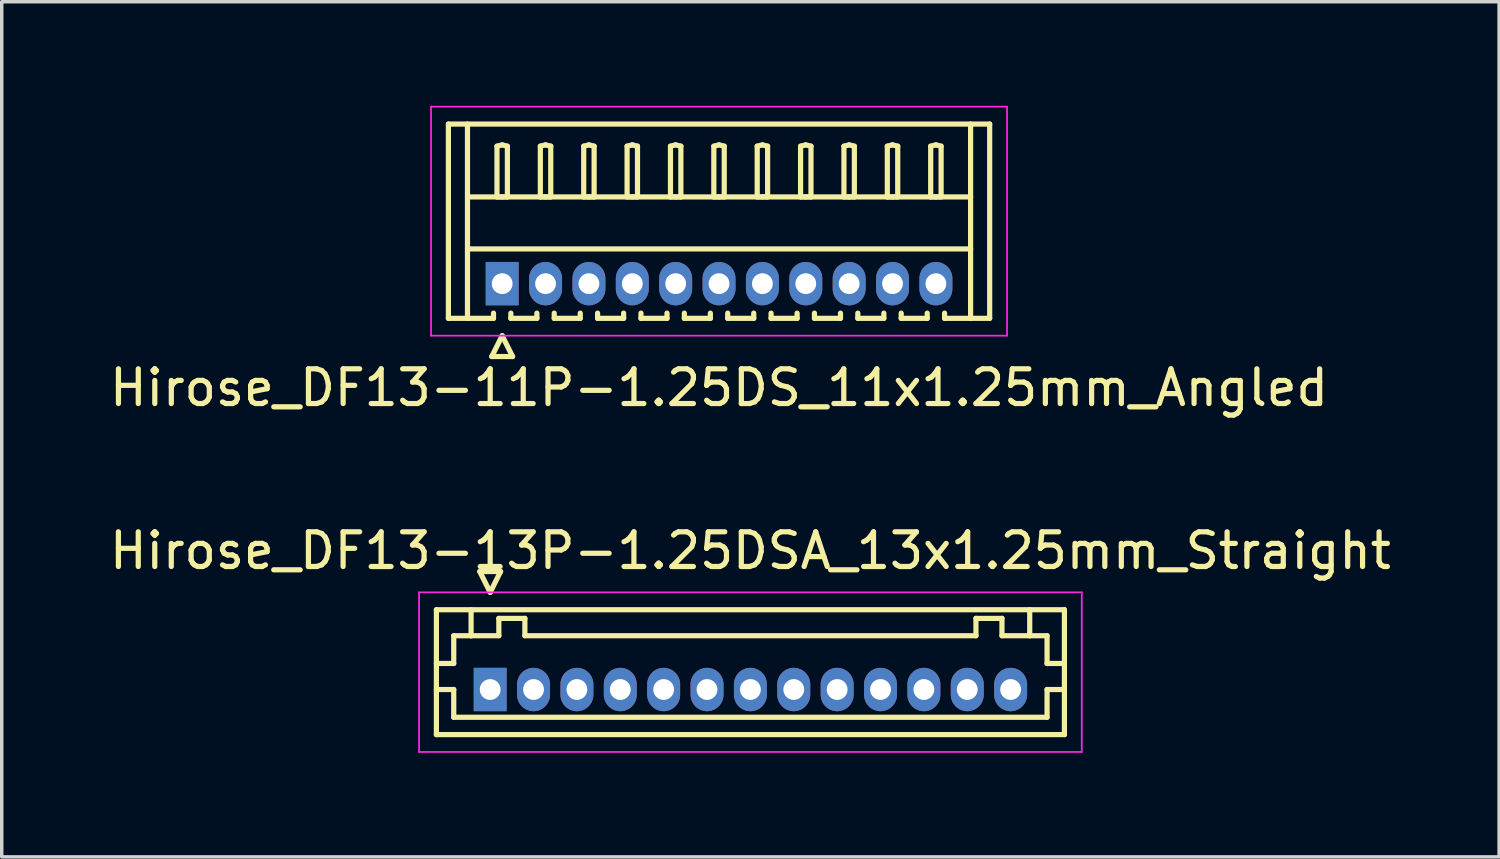
<source format=kicad_pcb>
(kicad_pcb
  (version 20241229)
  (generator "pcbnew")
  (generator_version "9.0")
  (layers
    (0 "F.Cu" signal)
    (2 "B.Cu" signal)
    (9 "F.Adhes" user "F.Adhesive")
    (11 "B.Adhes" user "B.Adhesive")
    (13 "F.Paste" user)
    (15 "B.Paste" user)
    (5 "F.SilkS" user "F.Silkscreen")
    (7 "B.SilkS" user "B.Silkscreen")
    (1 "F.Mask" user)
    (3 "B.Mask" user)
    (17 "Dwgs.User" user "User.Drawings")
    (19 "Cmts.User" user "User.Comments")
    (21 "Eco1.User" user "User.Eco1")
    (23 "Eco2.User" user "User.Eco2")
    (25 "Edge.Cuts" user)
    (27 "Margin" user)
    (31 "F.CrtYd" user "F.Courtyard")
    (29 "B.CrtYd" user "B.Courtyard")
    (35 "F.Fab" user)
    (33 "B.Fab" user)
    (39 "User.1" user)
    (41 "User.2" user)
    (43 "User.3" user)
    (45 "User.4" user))
  (footprint "Hirose_DF13-11P-1.25DS_11x1.25mm_Angled"
    (layer "F.Cu")
    (at 11.423 5.125)
    (property "Reference" "Hirose_DF13-11P-1.25DS_11x1.25mm_Angled" (at 6.25 3 0) (layer "F.SilkS") (effects (font (size 1 1) (thickness 0.15))))
    (attr through_hole)
    (fp_line (start -1.55 -4.6) (end 14.05 -4.6) (stroke (width 0.15) (type solid)) (layer "F.SilkS"))
    (fp_line (start -1.55 1) (end -1.55 -4.6) (stroke (width 0.15) (type solid)) (layer "F.SilkS"))
    (fp_line (start -1 -4.6) (end -1 1) (stroke (width 0.15) (type solid)) (layer "F.SilkS"))
    (fp_line (start -1 -2.5) (end 13.5 -2.5) (stroke (width 0.15) (type solid)) (layer "F.SilkS"))
    (fp_line (start -1 -1) (end 13.5 -1) (stroke (width 0.15) (type solid)) (layer "F.SilkS"))
    (fp_line (start -0.3 2.1) (end 0.3 2.1) (stroke (width 0.15) (type solid)) (layer "F.SilkS"))
    (fp_line (start -0.25 0.85) (end -0.25 1) (stroke (width 0.15) (type solid)) (layer "F.SilkS"))
    (fp_line (start -0.25 1) (end -1.55 1) (stroke (width 0.15) (type solid)) (layer "F.SilkS"))
    (fp_line (start -0.15 -3.962) (end 0 -4) (stroke (width 0.15) (type solid)) (layer "F.SilkS"))
    (fp_line (start -0.15 -2.5) (end -0.15 -3.962) (stroke (width 0.15) (type solid)) (layer "F.SilkS"))
    (fp_line (start 0 -4) (end 0.15 -3.962) (stroke (width 0.15) (type solid)) (layer "F.SilkS"))
    (fp_line (start 0 -2.5) (end -0.15 -2.5) (stroke (width 0.15) (type solid)) (layer "F.SilkS"))
    (fp_line (start 0 1.5) (end -0.3 2.1) (stroke (width 0.15) (type solid)) (layer "F.SilkS"))
    (fp_line (start 0.15 -3.962) (end 0.15 -2.5) (stroke (width 0.15) (type solid)) (layer "F.SilkS"))
    (fp_line (start 0.15 -2.5) (end 0 -2.5) (stroke (width 0.15) (type solid)) (layer "F.SilkS"))
    (fp_line (start 0.25 0.85) (end 0.25 1) (stroke (width 0.15) (type solid)) (layer "F.SilkS"))
    (fp_line (start 0.25 1) (end 1 1) (stroke (width 0.15) (type solid)) (layer "F.SilkS"))
    (fp_line (start 0.3 2.1) (end 0 1.5) (stroke (width 0.15) (type solid)) (layer "F.SilkS"))
    (fp_line (start 1 1) (end 1 0.85) (stroke (width 0.15) (type solid)) (layer "F.SilkS"))
    (fp_line (start 1.1 -3.962) (end 1.25 -4) (stroke (width 0.15) (type solid)) (layer "F.SilkS"))
    (fp_line (start 1.1 -2.5) (end 1.1 -3.962) (stroke (width 0.15) (type solid)) (layer "F.SilkS"))
    (fp_line (start 1.25 -4) (end 1.4 -3.962) (stroke (width 0.15) (type solid)) (layer "F.SilkS"))
    (fp_line (start 1.25 -2.5) (end 1.1 -2.5) (stroke (width 0.15) (type solid)) (layer "F.SilkS"))
    (fp_line (start 1.4 -3.962) (end 1.4 -2.5) (stroke (width 0.15) (type solid)) (layer "F.SilkS"))
    (fp_line (start 1.4 -2.5) (end 1.25 -2.5) (stroke (width 0.15) (type solid)) (layer "F.SilkS"))
    (fp_line (start 1.5 0.85) (end 1.5 1) (stroke (width 0.15) (type solid)) (layer "F.SilkS"))
    (fp_line (start 1.5 1) (end 2.25 1) (stroke (width 0.15) (type solid)) (layer "F.SilkS"))
    (fp_line (start 2.25 1) (end 2.25 0.85) (stroke (width 0.15) (type solid)) (layer "F.SilkS"))
    (fp_line (start 2.35 -3.962) (end 2.5 -4) (stroke (width 0.15) (type solid)) (layer "F.SilkS"))
    (fp_line (start 2.35 -2.5) (end 2.35 -3.962) (stroke (width 0.15) (type solid)) (layer "F.SilkS"))
    (fp_line (start 2.5 -4) (end 2.65 -3.962) (stroke (width 0.15) (type solid)) (layer "F.SilkS"))
    (fp_line (start 2.5 -2.5) (end 2.35 -2.5) (stroke (width 0.15) (type solid)) (layer "F.SilkS"))
    (fp_line (start 2.65 -3.962) (end 2.65 -2.5) (stroke (width 0.15) (type solid)) (layer "F.SilkS"))
    (fp_line (start 2.65 -2.5) (end 2.5 -2.5) (stroke (width 0.15) (type solid)) (layer "F.SilkS"))
    (fp_line (start 2.75 0.85) (end 2.75 1) (stroke (width 0.15) (type solid)) (layer "F.SilkS"))
    (fp_line (start 2.75 1) (end 3.5 1) (stroke (width 0.15) (type solid)) (layer "F.SilkS"))
    (fp_line (start 3.5 1) (end 3.5 0.85) (stroke (width 0.15) (type solid)) (layer "F.SilkS"))
    (fp_line (start 3.6 -3.962) (end 3.75 -4) (stroke (width 0.15) (type solid)) (layer "F.SilkS"))
    (fp_line (start 3.6 -2.5) (end 3.6 -3.962) (stroke (width 0.15) (type solid)) (layer "F.SilkS"))
    (fp_line (start 3.75 -4) (end 3.9 -3.962) (stroke (width 0.15) (type solid)) (layer "F.SilkS"))
    (fp_line (start 3.75 -2.5) (end 3.6 -2.5) (stroke (width 0.15) (type solid)) (layer "F.SilkS"))
    (fp_line (start 3.9 -3.962) (end 3.9 -2.5) (stroke (width 0.15) (type solid)) (layer "F.SilkS"))
    (fp_line (start 3.9 -2.5) (end 3.75 -2.5) (stroke (width 0.15) (type solid)) (layer "F.SilkS"))
    (fp_line (start 4 0.85) (end 4 1) (stroke (width 0.15) (type solid)) (layer "F.SilkS"))
    (fp_line (start 4 1) (end 4.75 1) (stroke (width 0.15) (type solid)) (layer "F.SilkS"))
    (fp_line (start 4.75 1) (end 4.75 0.85) (stroke (width 0.15) (type solid)) (layer "F.SilkS"))
    (fp_line (start 4.85 -3.962) (end 5 -4) (stroke (width 0.15) (type solid)) (layer "F.SilkS"))
    (fp_line (start 4.85 -2.5) (end 4.85 -3.962) (stroke (width 0.15) (type solid)) (layer "F.SilkS"))
    (fp_line (start 5 -4) (end 5.15 -3.962) (stroke (width 0.15) (type solid)) (layer "F.SilkS"))
    (fp_line (start 5 -2.5) (end 4.85 -2.5) (stroke (width 0.15) (type solid)) (layer "F.SilkS"))
    (fp_line (start 5.15 -3.962) (end 5.15 -2.5) (stroke (width 0.15) (type solid)) (layer "F.SilkS"))
    (fp_line (start 5.15 -2.5) (end 5 -2.5) (stroke (width 0.15) (type solid)) (layer "F.SilkS"))
    (fp_line (start 5.25 0.85) (end 5.25 1) (stroke (width 0.15) (type solid)) (layer "F.SilkS"))
    (fp_line (start 5.25 1) (end 6 1) (stroke (width 0.15) (type solid)) (layer "F.SilkS"))
    (fp_line (start 6 1) (end 6 0.85) (stroke (width 0.15) (type solid)) (layer "F.SilkS"))
    (fp_line (start 6.1 -3.962) (end 6.25 -4) (stroke (width 0.15) (type solid)) (layer "F.SilkS"))
    (fp_line (start 6.1 -2.5) (end 6.1 -3.962) (stroke (width 0.15) (type solid)) (layer "F.SilkS"))
    (fp_line (start 6.25 -4) (end 6.4 -3.962) (stroke (width 0.15) (type solid)) (layer "F.SilkS"))
    (fp_line (start 6.25 -2.5) (end 6.1 -2.5) (stroke (width 0.15) (type solid)) (layer "F.SilkS"))
    (fp_line (start 6.4 -3.962) (end 6.4 -2.5) (stroke (width 0.15) (type solid)) (layer "F.SilkS"))
    (fp_line (start 6.4 -2.5) (end 6.25 -2.5) (stroke (width 0.15) (type solid)) (layer "F.SilkS"))
    (fp_line (start 6.5 0.85) (end 6.5 1) (stroke (width 0.15) (type solid)) (layer "F.SilkS"))
    (fp_line (start 6.5 1) (end 7.25 1) (stroke (width 0.15) (type solid)) (layer "F.SilkS"))
    (fp_line (start 7.25 1) (end 7.25 0.85) (stroke (width 0.15) (type solid)) (layer "F.SilkS"))
    (fp_line (start 7.35 -3.962) (end 7.5 -4) (stroke (width 0.15) (type solid)) (layer "F.SilkS"))
    (fp_line (start 7.35 -2.5) (end 7.35 -3.962) (stroke (width 0.15) (type solid)) (layer "F.SilkS"))
    (fp_line (start 7.5 -4) (end 7.65 -3.962) (stroke (width 0.15) (type solid)) (layer "F.SilkS"))
    (fp_line (start 7.5 -2.5) (end 7.35 -2.5) (stroke (width 0.15) (type solid)) (layer "F.SilkS"))
    (fp_line (start 7.65 -3.962) (end 7.65 -2.5) (stroke (width 0.15) (type solid)) (layer "F.SilkS"))
    (fp_line (start 7.65 -2.5) (end 7.5 -2.5) (stroke (width 0.15) (type solid)) (layer "F.SilkS"))
    (fp_line (start 7.75 0.85) (end 7.75 1) (stroke (width 0.15) (type solid)) (layer "F.SilkS"))
    (fp_line (start 7.75 1) (end 8.5 1) (stroke (width 0.15) (type solid)) (layer "F.SilkS"))
    (fp_line (start 8.5 1) (end 8.5 0.85) (stroke (width 0.15) (type solid)) (layer "F.SilkS"))
    (fp_line (start 8.6 -3.962) (end 8.75 -4) (stroke (width 0.15) (type solid)) (layer "F.SilkS"))
    (fp_line (start 8.6 -2.5) (end 8.6 -3.962) (stroke (width 0.15) (type solid)) (layer "F.SilkS"))
    (fp_line (start 8.75 -4) (end 8.9 -3.962) (stroke (width 0.15) (type solid)) (layer "F.SilkS"))
    (fp_line (start 8.75 -2.5) (end 8.6 -2.5) (stroke (width 0.15) (type solid)) (layer "F.SilkS"))
    (fp_line (start 8.9 -3.962) (end 8.9 -2.5) (stroke (width 0.15) (type solid)) (layer "F.SilkS"))
    (fp_line (start 8.9 -2.5) (end 8.75 -2.5) (stroke (width 0.15) (type solid)) (layer "F.SilkS"))
    (fp_line (start 9 0.85) (end 9 1) (stroke (width 0.15) (type solid)) (layer "F.SilkS"))
    (fp_line (start 9 1) (end 9.75 1) (stroke (width 0.15) (type solid)) (layer "F.SilkS"))
    (fp_line (start 9.75 1) (end 9.75 0.85) (stroke (width 0.15) (type solid)) (layer "F.SilkS"))
    (fp_line (start 9.85 -3.962) (end 10 -4) (stroke (width 0.15) (type solid)) (layer "F.SilkS"))
    (fp_line (start 9.85 -2.5) (end 9.85 -3.962) (stroke (width 0.15) (type solid)) (layer "F.SilkS"))
    (fp_line (start 10 -4) (end 10.15 -3.962) (stroke (width 0.15) (type solid)) (layer "F.SilkS"))
    (fp_line (start 10 -2.5) (end 9.85 -2.5) (stroke (width 0.15) (type solid)) (layer "F.SilkS"))
    (fp_line (start 10.15 -3.962) (end 10.15 -2.5) (stroke (width 0.15) (type solid)) (layer "F.SilkS"))
    (fp_line (start 10.15 -2.5) (end 10 -2.5) (stroke (width 0.15) (type solid)) (layer "F.SilkS"))
    (fp_line (start 10.25 0.85) (end 10.25 1) (stroke (width 0.15) (type solid)) (layer "F.SilkS"))
    (fp_line (start 10.25 1) (end 11 1) (stroke (width 0.15) (type solid)) (layer "F.SilkS"))
    (fp_line (start 11 1) (end 11 0.85) (stroke (width 0.15) (type solid)) (layer "F.SilkS"))
    (fp_line (start 11.1 -3.962) (end 11.25 -4) (stroke (width 0.15) (type solid)) (layer "F.SilkS"))
    (fp_line (start 11.1 -2.5) (end 11.1 -3.962) (stroke (width 0.15) (type solid)) (layer "F.SilkS"))
    (fp_line (start 11.25 -4) (end 11.4 -3.962) (stroke (width 0.15) (type solid)) (layer "F.SilkS"))
    (fp_line (start 11.25 -2.5) (end 11.1 -2.5) (stroke (width 0.15) (type solid)) (layer "F.SilkS"))
    (fp_line (start 11.4 -3.962) (end 11.4 -2.5) (stroke (width 0.15) (type solid)) (layer "F.SilkS"))
    (fp_line (start 11.4 -2.5) (end 11.25 -2.5) (stroke (width 0.15) (type solid)) (layer "F.SilkS"))
    (fp_line (start 11.5 0.85) (end 11.5 1) (stroke (width 0.15) (type solid)) (layer "F.SilkS"))
    (fp_line (start 11.5 1) (end 12.25 1) (stroke (width 0.15) (type solid)) (layer "F.SilkS"))
    (fp_line (start 12.25 1) (end 12.25 0.85) (stroke (width 0.15) (type solid)) (layer "F.SilkS"))
    (fp_line (start 12.35 -3.962) (end 12.5 -4) (stroke (width 0.15) (type solid)) (layer "F.SilkS"))
    (fp_line (start 12.35 -2.5) (end 12.35 -3.962) (stroke (width 0.15) (type solid)) (layer "F.SilkS"))
    (fp_line (start 12.5 -4) (end 12.65 -3.962) (stroke (width 0.15) (type solid)) (layer "F.SilkS"))
    (fp_line (start 12.5 -2.5) (end 12.35 -2.5) (stroke (width 0.15) (type solid)) (layer "F.SilkS"))
    (fp_line (start 12.65 -3.962) (end 12.65 -2.5) (stroke (width 0.15) (type solid)) (layer "F.SilkS"))
    (fp_line (start 12.65 -2.5) (end 12.5 -2.5) (stroke (width 0.15) (type solid)) (layer "F.SilkS"))
    (fp_line (start 12.75 1) (end 12.75 0.85) (stroke (width 0.15) (type solid)) (layer "F.SilkS"))
    (fp_line (start 13.5 -4.6) (end 13.5 1) (stroke (width 0.15) (type solid)) (layer "F.SilkS"))
    (fp_line (start 14.05 -4.6) (end 14.05 1) (stroke (width 0.15) (type solid)) (layer "F.SilkS"))
    (fp_line (start 14.05 1) (end 12.75 1) (stroke (width 0.15) (type solid)) (layer "F.SilkS"))
    (fp_line (start -2.05 -5.1) (end -2.05 1.5) (stroke (width 0.05) (type solid)) (layer "F.CrtYd"))
    (fp_line (start -2.05 1.5) (end 14.55 1.5) (stroke (width 0.05) (type solid)) (layer "F.CrtYd"))
    (fp_line (start 14.55 -5.1) (end -2.05 -5.1) (stroke (width 0.05) (type solid)) (layer "F.CrtYd"))
    (fp_line (start 14.55 1.5) (end 14.55 -5.1) (stroke (width 0.05) (type solid)) (layer "F.CrtYd"))
    (pad "1" thru_hole rect (at 0 0) (size 0.95 1.25) (drill 0.6) (layers "*.Cu" "*.Mask"))
    (pad "2" thru_hole oval (at 1.25 0) (size 0.95 1.25) (drill 0.6) (layers "*.Cu" "*.Mask"))
    (pad "3" thru_hole oval (at 2.5 0) (size 0.95 1.25) (drill 0.6) (layers "*.Cu" "*.Mask"))
    (pad "4" thru_hole oval (at 3.75 0) (size 0.95 1.25) (drill 0.6) (layers "*.Cu" "*.Mask"))
    (pad "5" thru_hole oval (at 5 0) (size 0.95 1.25) (drill 0.6) (layers "*.Cu" "*.Mask"))
    (pad "6" thru_hole oval (at 6.25 0) (size 0.95 1.25) (drill 0.6) (layers "*.Cu" "*.Mask"))
    (pad "7" thru_hole oval (at 7.5 0) (size 0.95 1.25) (drill 0.6) (layers "*.Cu" "*.Mask"))
    (pad "8" thru_hole oval (at 8.75 0) (size 0.95 1.25) (drill 0.6) (layers "*.Cu" "*.Mask"))
    (pad "9" thru_hole oval (at 10 0) (size 0.95 1.25) (drill 0.6) (layers "*.Cu" "*.Mask"))
    (pad "10" thru_hole oval (at 11.25 0) (size 0.95 1.25) (drill 0.6) (layers "*.Cu" "*.Mask"))
    (pad "11" thru_hole oval (at 12.5 0) (size 0.95 1.25) (drill 0.6) (layers "*.Cu" "*.Mask")))
  (footprint "Hirose_DF13-13P-1.25DSA_13x1.25mm_Straight"
    (layer "F.Cu")
    (at 11.077 16.822)
    (property "Reference" "Hirose_DF13-13P-1.25DSA_13x1.25mm_Straight" (at 7.5 -4 0) (layer "F.SilkS") (effects (font (size 1 1) (thickness 0.15))))
    (attr through_hole)
    (fp_line (start -1.55 -2.3) (end -1.55 1.3) (stroke (width 0.15) (type solid)) (layer "F.SilkS"))
    (fp_line (start -1.55 -0.75) (end -1.05 -0.75) (stroke (width 0.15) (type solid)) (layer "F.SilkS"))
    (fp_line (start -1.55 0) (end -1.05 0) (stroke (width 0.15) (type solid)) (layer "F.SilkS"))
    (fp_line (start -1.55 1.3) (end 16.55 1.3) (stroke (width 0.15) (type solid)) (layer "F.SilkS"))
    (fp_line (start -1.05 -1.55) (end -0.55 -1.55) (stroke (width 0.15) (type solid)) (layer "F.SilkS"))
    (fp_line (start -1.05 -0.75) (end -1.05 -1.55) (stroke (width 0.15) (type solid)) (layer "F.SilkS"))
    (fp_line (start -1.05 0) (end -1.05 0.8) (stroke (width 0.15) (type solid)) (layer "F.SilkS"))
    (fp_line (start -1.05 0.8) (end 16.05 0.8) (stroke (width 0.15) (type solid)) (layer "F.SilkS"))
    (fp_line (start -0.55 -1.55) (end -0.55 -2.3) (stroke (width 0.15) (type solid)) (layer "F.SilkS"))
    (fp_line (start -0.55 -1.55) (end 0.25 -1.55) (stroke (width 0.15) (type solid)) (layer "F.SilkS"))
    (fp_line (start -0.3 -3.4) (end 0.3 -3.4) (stroke (width 0.15) (type solid)) (layer "F.SilkS"))
    (fp_line (start 0 -2.8) (end -0.3 -3.4) (stroke (width 0.15) (type solid)) (layer "F.SilkS"))
    (fp_line (start 0.25 -2.05) (end 1 -2.05) (stroke (width 0.15) (type solid)) (layer "F.SilkS"))
    (fp_line (start 0.25 -1.55) (end 0.25 -2.05) (stroke (width 0.15) (type solid)) (layer "F.SilkS"))
    (fp_line (start 0.3 -3.4) (end 0 -2.8) (stroke (width 0.15) (type solid)) (layer "F.SilkS"))
    (fp_line (start 1 -2.05) (end 1 -1.55) (stroke (width 0.15) (type solid)) (layer "F.SilkS"))
    (fp_line (start 1 -1.55) (end 14 -1.55) (stroke (width 0.15) (type solid)) (layer "F.SilkS"))
    (fp_line (start 14 -2.05) (end 14.75 -2.05) (stroke (width 0.15) (type solid)) (layer "F.SilkS"))
    (fp_line (start 14 -1.55) (end 14 -2.05) (stroke (width 0.15) (type solid)) (layer "F.SilkS"))
    (fp_line (start 14.75 -2.05) (end 14.75 -1.55) (stroke (width 0.15) (type solid)) (layer "F.SilkS"))
    (fp_line (start 14.75 -1.55) (end 15.55 -1.55) (stroke (width 0.15) (type solid)) (layer "F.SilkS"))
    (fp_line (start 15.55 -1.55) (end 15.55 -2.3) (stroke (width 0.15) (type solid)) (layer "F.SilkS"))
    (fp_line (start 16.05 -1.55) (end 15.55 -1.55) (stroke (width 0.15) (type solid)) (layer "F.SilkS"))
    (fp_line (start 16.05 -0.75) (end 16.05 -1.55) (stroke (width 0.15) (type solid)) (layer "F.SilkS"))
    (fp_line (start 16.05 0) (end 16.55 0) (stroke (width 0.15) (type solid)) (layer "F.SilkS"))
    (fp_line (start 16.05 0.8) (end 16.05 0) (stroke (width 0.15) (type solid)) (layer "F.SilkS"))
    (fp_line (start 16.55 -2.3) (end -1.55 -2.3) (stroke (width 0.15) (type solid)) (layer "F.SilkS"))
    (fp_line (start 16.55 -0.75) (end 16.05 -0.75) (stroke (width 0.15) (type solid)) (layer "F.SilkS"))
    (fp_line (start 16.55 1.3) (end 16.55 -2.3) (stroke (width 0.15) (type solid)) (layer "F.SilkS"))
    (fp_line (start -2.05 -2.8) (end -2.05 1.8) (stroke (width 0.05) (type solid)) (layer "F.CrtYd"))
    (fp_line (start -2.05 1.8) (end 17.05 1.8) (stroke (width 0.05) (type solid)) (layer "F.CrtYd"))
    (fp_line (start 17.05 -2.8) (end -2.05 -2.8) (stroke (width 0.05) (type solid)) (layer "F.CrtYd"))
    (fp_line (start 17.05 1.8) (end 17.05 -2.8) (stroke (width 0.05) (type solid)) (layer "F.CrtYd"))
    (pad "1" thru_hole rect (at 0 0) (size 0.95 1.25) (drill 0.6) (layers "*.Cu" "*.Mask"))
    (pad "2" thru_hole oval (at 1.25 0) (size 0.95 1.25) (drill 0.6) (layers "*.Cu" "*.Mask"))
    (pad "3" thru_hole oval (at 2.5 0) (size 0.95 1.25) (drill 0.6) (layers "*.Cu" "*.Mask"))
    (pad "4" thru_hole oval (at 3.75 0) (size 0.95 1.25) (drill 0.6) (layers "*.Cu" "*.Mask"))
    (pad "5" thru_hole oval (at 5 0) (size 0.95 1.25) (drill 0.6) (layers "*.Cu" "*.Mask"))
    (pad "6" thru_hole oval (at 6.25 0) (size 0.95 1.25) (drill 0.6) (layers "*.Cu" "*.Mask"))
    (pad "7" thru_hole oval (at 7.5 0) (size 0.95 1.25) (drill 0.6) (layers "*.Cu" "*.Mask"))
    (pad "8" thru_hole oval (at 8.75 0) (size 0.95 1.25) (drill 0.6) (layers "*.Cu" "*.Mask"))
    (pad "9" thru_hole oval (at 10 0) (size 0.95 1.25) (drill 0.6) (layers "*.Cu" "*.Mask"))
    (pad "10" thru_hole oval (at 11.25 0) (size 0.95 1.25) (drill 0.6) (layers "*.Cu" "*.Mask"))
    (pad "11" thru_hole oval (at 12.5 0) (size 0.95 1.25) (drill 0.6) (layers "*.Cu" "*.Mask"))
    (pad "12" thru_hole oval (at 13.75 0) (size 0.95 1.25) (drill 0.6) (layers "*.Cu" "*.Mask"))
    (pad "13" thru_hole oval (at 15 0) (size 0.95 1.25) (drill 0.6) (layers "*.Cu" "*.Mask")))
  (gr_rect
    (start -3 -3)
    (end 40.155 21.646)
    (stroke (width 0.1) (type default))
    (fill no)
    (layer "Edge.Cuts")))
</source>
